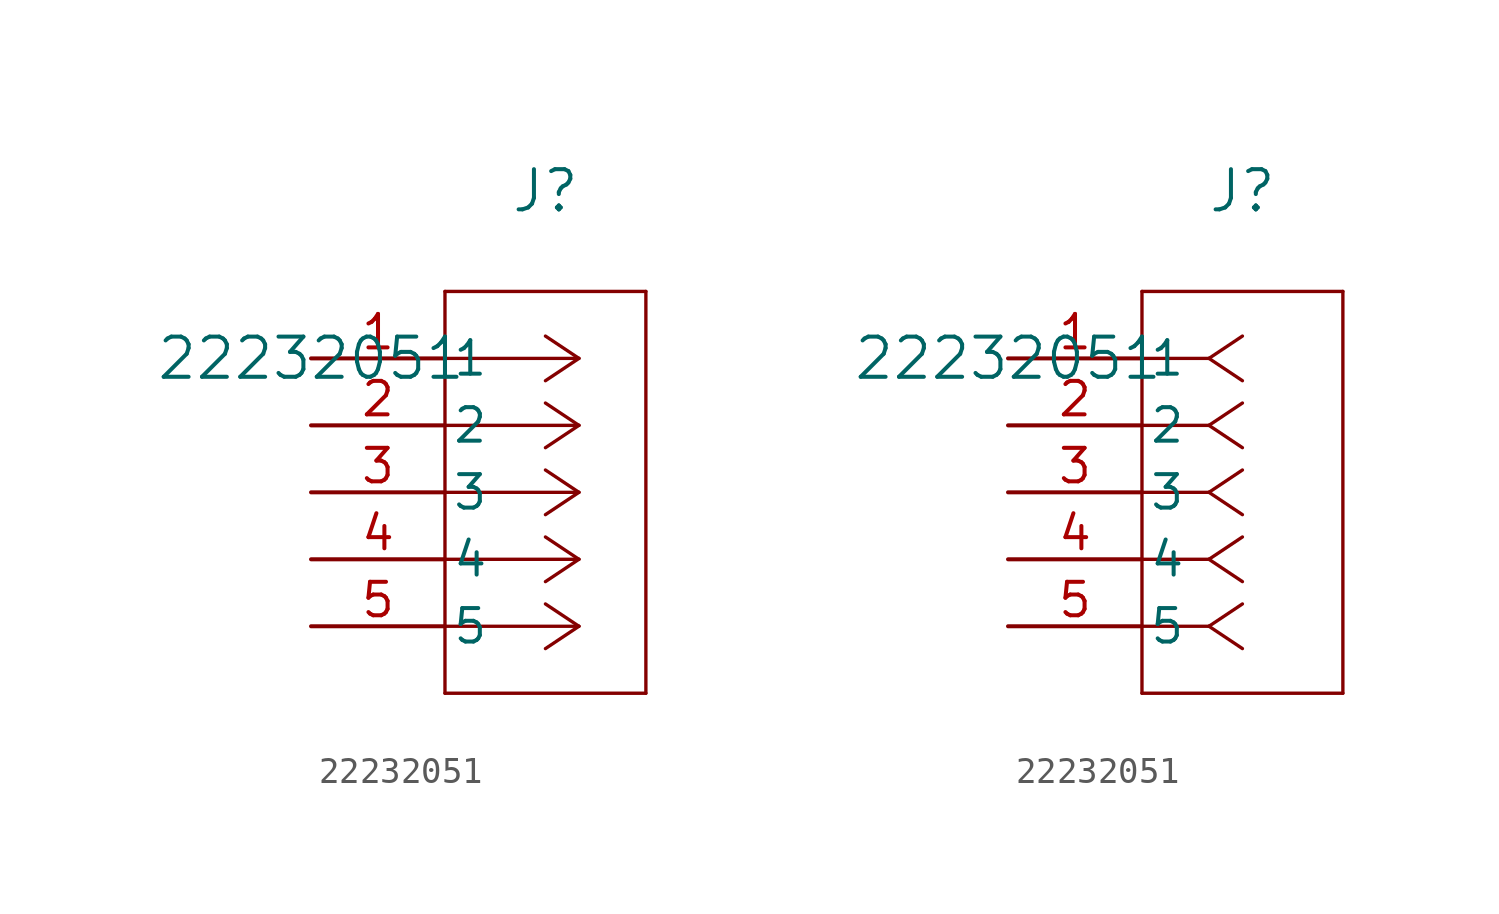
<source format=kicad_sym>
(kicad_symbol_lib
  (version 20211014)
  (generator kicad_symbol_editor)
  (symbol "22232051"
    (pin_names
      (offset 0.254))
    (property "Reference" "J"
      (at 8.89 6.35 0)
      (effects (font (size 1.524 1.524))))
    (property "Value" "22232051"
      (at 0 0 0)
      (effects (font (size 1.524 1.524))))
    (symbol "22232051_1_1"
      (polyline (pts (xy 10.16 0) (xy 5.08 0)) (stroke (width 0.127) (type default) (color 0 0 0 0)) (fill (type none)))
      (polyline (pts (xy 10.16 -2.54) (xy 5.08 -2.54)) (stroke (width 0.127) (type default) (color 0 0 0 0)) (fill (type none)))
      (polyline (pts (xy 10.16 -5.08) (xy 5.08 -5.08)) (stroke (width 0.127) (type default) (color 0 0 0 0)) (fill (type none)))
      (polyline (pts (xy 10.16 -7.62) (xy 5.08 -7.62)) (stroke (width 0.127) (type default) (color 0 0 0 0)) (fill (type none)))
      (polyline (pts (xy 10.16 -10.16) (xy 5.08 -10.16)) (stroke (width 0.127) (type default) (color 0 0 0 0)) (fill (type none)))
      (polyline (pts (xy 10.16 0) (xy 8.89 0.847)) (stroke (width 0.127) (type default) (color 0 0 0 0)) (fill (type none)))
      (polyline (pts (xy 10.16 -2.54) (xy 8.89 -1.693)) (stroke (width 0.127) (type default) (color 0 0 0 0)) (fill (type none)))
      (polyline (pts (xy 10.16 -5.08) (xy 8.89 -4.233)) (stroke (width 0.127) (type default) (color 0 0 0 0)) (fill (type none)))
      (polyline (pts (xy 10.16 -7.62) (xy 8.89 -6.773)) (stroke (width 0.127) (type default) (color 0 0 0 0)) (fill (type none)))
      (polyline (pts (xy 10.16 -10.16) (xy 8.89 -9.313)) (stroke (width 0.127) (type default) (color 0 0 0 0)) (fill (type none)))
      (polyline (pts (xy 10.16 0) (xy 8.89 -0.847)) (stroke (width 0.127) (type default) (color 0 0 0 0)) (fill (type none)))
      (polyline (pts (xy 10.16 -2.54) (xy 8.89 -3.387)) (stroke (width 0.127) (type default) (color 0 0 0 0)) (fill (type none)))
      (polyline (pts (xy 10.16 -5.08) (xy 8.89 -5.927)) (stroke (width 0.127) (type default) (color 0 0 0 0)) (fill (type none)))
      (polyline (pts (xy 10.16 -7.62) (xy 8.89 -8.467)) (stroke (width 0.127) (type default) (color 0 0 0 0)) (fill (type none)))
      (polyline (pts (xy 10.16 -10.16) (xy 8.89 -11.007)) (stroke (width 0.127) (type default) (color 0 0 0 0)) (fill (type none)))
      (polyline (pts (xy 5.08 2.54) (xy 5.08 -12.7)) (stroke (width 0.127) (type default) (color 0 0 0 0)) (fill (type none)))
      (polyline (pts (xy 5.08 -12.7) (xy 12.7 -12.7)) (stroke (width 0.127) (type default) (color 0 0 0 0)) (fill (type none)))
      (polyline (pts (xy 12.7 -12.7) (xy 12.7 2.54)) (stroke (width 0.127) (type default) (color 0 0 0 0)) (fill (type none)))
      (polyline (pts (xy 12.7 2.54) (xy 5.08 2.54)) (stroke (width 0.127) (type default) (color 0 0 0 0)) (fill (type none)))
      (pin unspecified line (at 0 0 0) (length 5.08) (name "1" (effects (font (size 1.27 1.27)))) (number "1" (effects (font (size 1.27 1.27)))))
      (pin unspecified line (at 0 -2.54 0) (length 5.08) (name "2" (effects (font (size 1.27 1.27)))) (number "2" (effects (font (size 1.27 1.27)))))
      (pin unspecified line (at 0 -5.08 0) (length 5.08) (name "3" (effects (font (size 1.27 1.27)))) (number "3" (effects (font (size 1.27 1.27)))))
      (pin unspecified line (at 0 -7.62 0) (length 5.08) (name "4" (effects (font (size 1.27 1.27)))) (number "4" (effects (font (size 1.27 1.27)))))
      (pin unspecified line (at 0 -10.16 0) (length 5.08) (name "5" (effects (font (size 1.27 1.27)))) (number "5" (effects (font (size 1.27 1.27))))))
    (symbol "22232051_1_2"
      (polyline (pts (xy 7.62 0) (xy 5.08 0)) (stroke (width 0.127) (type default) (color 0 0 0 0)) (fill (type none)))
      (polyline (pts (xy 7.62 -2.54) (xy 5.08 -2.54)) (stroke (width 0.127) (type default) (color 0 0 0 0)) (fill (type none)))
      (polyline (pts (xy 7.62 -5.08) (xy 5.08 -5.08)) (stroke (width 0.127) (type default) (color 0 0 0 0)) (fill (type none)))
      (polyline (pts (xy 7.62 -7.62) (xy 5.08 -7.62)) (stroke (width 0.127) (type default) (color 0 0 0 0)) (fill (type none)))
      (polyline (pts (xy 7.62 -10.16) (xy 5.08 -10.16)) (stroke (width 0.127) (type default) (color 0 0 0 0)) (fill (type none)))
      (polyline (pts (xy 7.62 0) (xy 8.89 0.847)) (stroke (width 0.127) (type default) (color 0 0 0 0)) (fill (type none)))
      (polyline (pts (xy 7.62 -2.54) (xy 8.89 -1.693)) (stroke (width 0.127) (type default) (color 0 0 0 0)) (fill (type none)))
      (polyline (pts (xy 7.62 -5.08) (xy 8.89 -4.233)) (stroke (width 0.127) (type default) (color 0 0 0 0)) (fill (type none)))
      (polyline (pts (xy 7.62 -7.62) (xy 8.89 -6.773)) (stroke (width 0.127) (type default) (color 0 0 0 0)) (fill (type none)))
      (polyline (pts (xy 7.62 -10.16) (xy 8.89 -9.313)) (stroke (width 0.127) (type default) (color 0 0 0 0)) (fill (type none)))
      (polyline (pts (xy 7.62 0) (xy 8.89 -0.847)) (stroke (width 0.127) (type default) (color 0 0 0 0)) (fill (type none)))
      (polyline (pts (xy 7.62 -2.54) (xy 8.89 -3.387)) (stroke (width 0.127) (type default) (color 0 0 0 0)) (fill (type none)))
      (polyline (pts (xy 7.62 -5.08) (xy 8.89 -5.927)) (stroke (width 0.127) (type default) (color 0 0 0 0)) (fill (type none)))
      (polyline (pts (xy 7.62 -7.62) (xy 8.89 -8.467)) (stroke (width 0.127) (type default) (color 0 0 0 0)) (fill (type none)))
      (polyline (pts (xy 7.62 -10.16) (xy 8.89 -11.007)) (stroke (width 0.127) (type default) (color 0 0 0 0)) (fill (type none)))
      (polyline (pts (xy 5.08 2.54) (xy 5.08 -12.7)) (stroke (width 0.127) (type default) (color 0 0 0 0)) (fill (type none)))
      (polyline (pts (xy 5.08 -12.7) (xy 12.7 -12.7)) (stroke (width 0.127) (type default) (color 0 0 0 0)) (fill (type none)))
      (polyline (pts (xy 12.7 -12.7) (xy 12.7 2.54)) (stroke (width 0.127) (type default) (color 0 0 0 0)) (fill (type none)))
      (polyline (pts (xy 12.7 2.54) (xy 5.08 2.54)) (stroke (width 0.127) (type default) (color 0 0 0 0)) (fill (type none)))
      (pin unspecified line (at 0 0 0) (length 5.08) (name "1" (effects (font (size 1.27 1.27)))) (number "1" (effects (font (size 1.27 1.27)))))
      (pin unspecified line (at 0 -2.54 0) (length 5.08) (name "2" (effects (font (size 1.27 1.27)))) (number "2" (effects (font (size 1.27 1.27)))))
      (pin unspecified line (at 0 -5.08 0) (length 5.08) (name "3" (effects (font (size 1.27 1.27)))) (number "3" (effects (font (size 1.27 1.27)))))
      (pin unspecified line (at 0 -7.62 0) (length 5.08) (name "4" (effects (font (size 1.27 1.27)))) (number "4" (effects (font (size 1.27 1.27)))))
      (pin unspecified line (at 0 -10.16 0) (length 5.08) (name "5" (effects (font (size 1.27 1.27)))) (number "5" (effects (font (size 1.27 1.27))))))))
</source>
